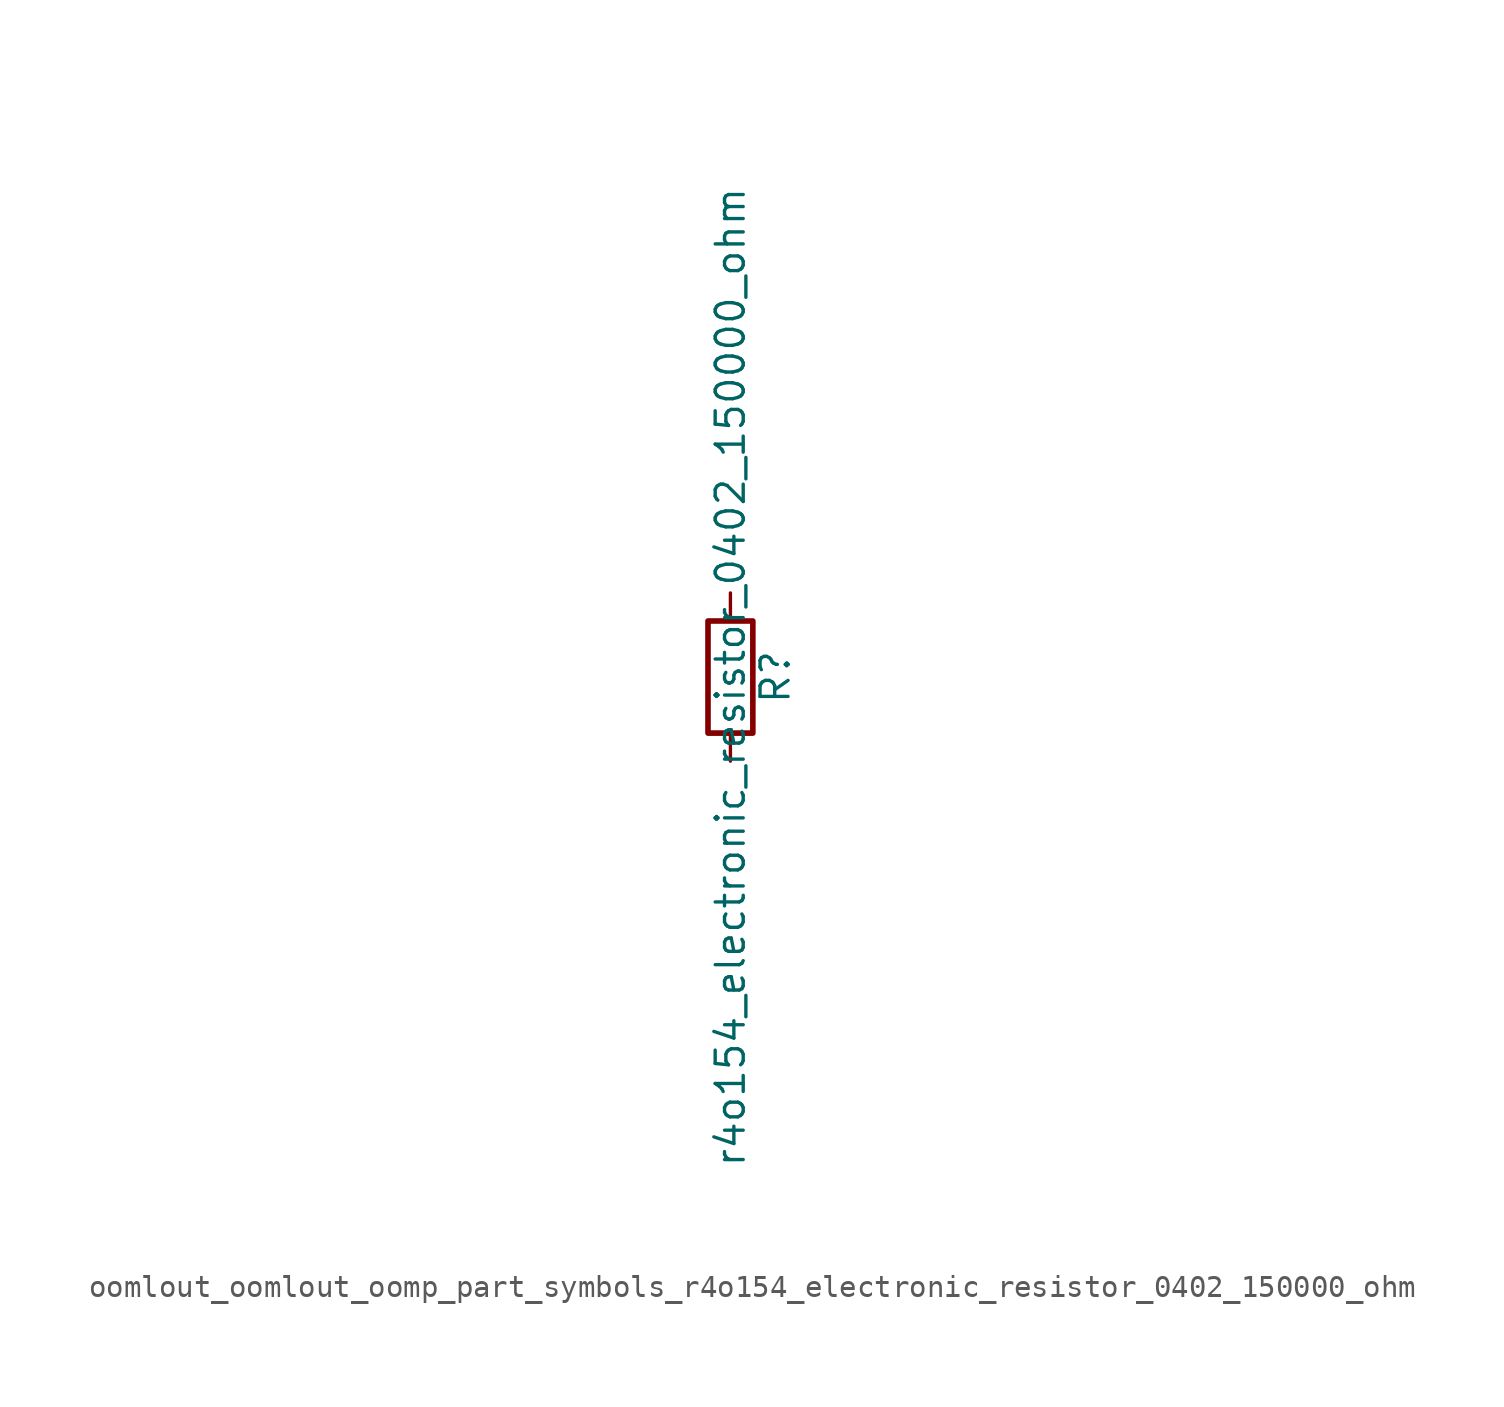
<source format=kicad_sym>
(kicad_symbol_lib
  (version 20220914)
  (generator kicad_symbol_editor)
  (symbol "oomlout_oomlout_oomp_part_symbols_r4o154_electronic_resistor_0402_150000_ohm"
    (pin_numbers hide)
    (pin_names
      (offset 0))
    (property "Reference" "R"
      (at 2.032 0 90)
      (effects (font (size 1.27 1.27))))
    (property "Value" "r4o154_electronic_resistor_0402_150000_ohm"
      (at 0 0 90)
      (effects (font (size 1.27 1.27))))
    (symbol "oomlout_oomlout_oomp_part_symbols_r4o154_electronic_resistor_0402_150000_ohm_0_1"
      (rectangle (start -1.016 -2.54) (end 1.016 2.54) (stroke (width 0.254) (type default)) (fill (type none))))
    (symbol "oomlout_oomlout_oomp_part_symbols_r4o154_electronic_resistor_0402_150000_ohm_1_1"
      (pin passive line (at 0 3.81 270) (length 1.27) (name "~" (effects (font (size 1.27 1.27)))) (number "1" (effects (font (size 1.27 1.27)))))
      (pin passive line (at 0 -3.81 90) (length 1.27) (name "~" (effects (font (size 1.27 1.27)))) (number "2" (effects (font (size 1.27 1.27))))))))
</source>
